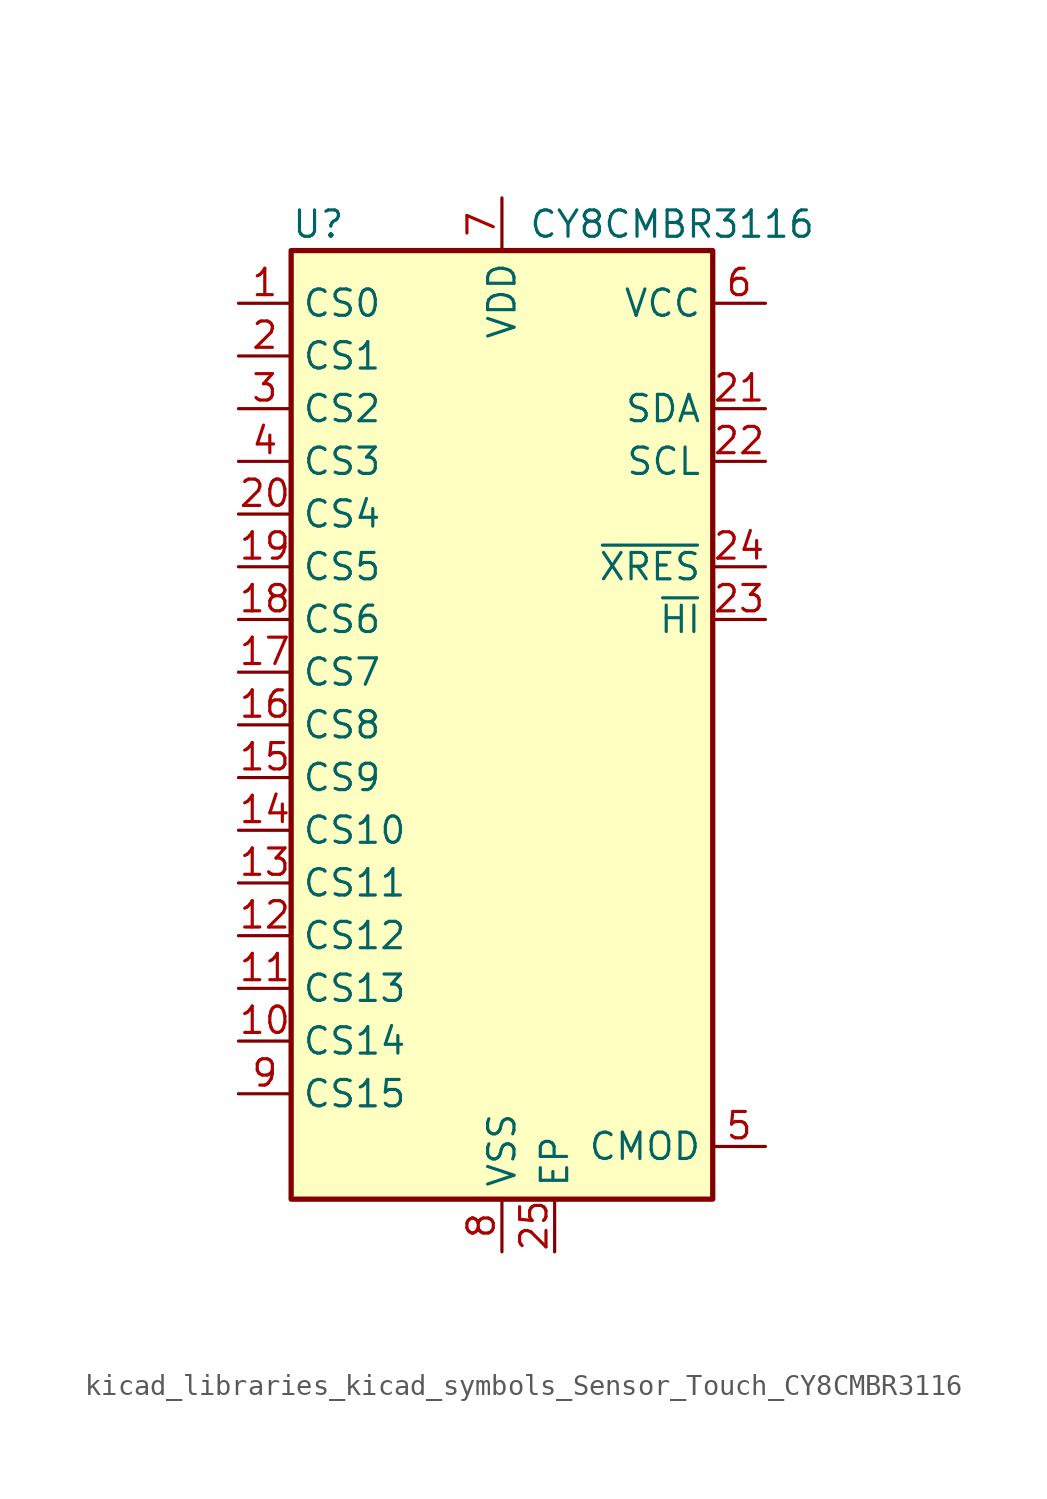
<source format=kicad_sym>
(kicad_symbol_lib
  (version 20220914)
  (generator kicad_symbol_editor)
  (symbol "kicad_libraries_kicad_symbols_Sensor_Touch_CY8CMBR3116"
    (property "Reference" "U"
      (at -10.16 24.13 0)
      (effects (font (size 1.27 1.27)) (justify left)))
    (property "Value" "CY8CMBR3116"
      (at 1.27 24.13 0)
      (effects (font (size 1.27 1.27)) (justify left)))
    (symbol "kicad_libraries_kicad_symbols_Sensor_Touch_CY8CMBR3116_0_1"
      (rectangle (start -10.16 22.86) (end 10.16 -22.86) (stroke (width 0.254) (type default)) (fill (type background))))
    (symbol "kicad_libraries_kicad_symbols_Sensor_Touch_CY8CMBR3116_1_1"
      (pin passive line (at -12.7 20.32 0) (length 2.54) (name "CS0" (effects (font (size 1.27 1.27)))) (number "1" (effects (font (size 1.27 1.27)))))
      (pin passive line (at -12.7 -15.24 0) (length 2.54) (name "CS14" (effects (font (size 1.27 1.27)))) (number "10" (effects (font (size 1.27 1.27)))))
      (pin passive line (at -12.7 -12.7 0) (length 2.54) (name "CS13" (effects (font (size 1.27 1.27)))) (number "11" (effects (font (size 1.27 1.27)))))
      (pin passive line (at -12.7 -10.16 0) (length 2.54) (name "CS12" (effects (font (size 1.27 1.27)))) (number "12" (effects (font (size 1.27 1.27)))))
      (pin passive line (at -12.7 -7.62 0) (length 2.54) (name "CS11" (effects (font (size 1.27 1.27)))) (number "13" (effects (font (size 1.27 1.27)))))
      (pin passive line (at -12.7 -5.08 0) (length 2.54) (name "CS10" (effects (font (size 1.27 1.27)))) (number "14" (effects (font (size 1.27 1.27)))))
      (pin passive line (at -12.7 -2.54 0) (length 2.54) (name "CS9" (effects (font (size 1.27 1.27)))) (number "15" (effects (font (size 1.27 1.27)))))
      (pin passive line (at -12.7 0 0) (length 2.54) (name "CS8" (effects (font (size 1.27 1.27)))) (number "16" (effects (font (size 1.27 1.27)))))
      (pin passive line (at -12.7 2.54 0) (length 2.54) (name "CS7" (effects (font (size 1.27 1.27)))) (number "17" (effects (font (size 1.27 1.27)))))
      (pin passive line (at -12.7 5.08 0) (length 2.54) (name "CS6" (effects (font (size 1.27 1.27)))) (number "18" (effects (font (size 1.27 1.27)))))
      (pin passive line (at -12.7 7.62 0) (length 2.54) (name "CS5" (effects (font (size 1.27 1.27)))) (number "19" (effects (font (size 1.27 1.27)))))
      (pin passive line (at -12.7 17.78 0) (length 2.54) (name "CS1" (effects (font (size 1.27 1.27)))) (number "2" (effects (font (size 1.27 1.27)))))
      (pin passive line (at -12.7 10.16 0) (length 2.54) (name "CS4" (effects (font (size 1.27 1.27)))) (number "20" (effects (font (size 1.27 1.27)))))
      (pin bidirectional line (at 12.7 15.24 180) (length 2.54) (name "SDA" (effects (font (size 1.27 1.27)))) (number "21" (effects (font (size 1.27 1.27)))))
      (pin input line (at 12.7 12.7 180) (length 2.54) (name "SCL" (effects (font (size 1.27 1.27)))) (number "22" (effects (font (size 1.27 1.27)))))
      (pin bidirectional line (at 12.7 5.08 180) (length 2.54) (name "~{HI}" (effects (font (size 1.27 1.27)))) (number "23" (effects (font (size 1.27 1.27)))))
      (pin input line (at 12.7 7.62 180) (length 2.54) (name "~{XRES}" (effects (font (size 1.27 1.27)))) (number "24" (effects (font (size 1.27 1.27)))))
      (pin passive line (at 2.54 -25.4 90) (length 2.54) (name "EP" (effects (font (size 1.27 1.27)))) (number "25" (effects (font (size 1.27 1.27)))))
      (pin passive line (at -12.7 15.24 0) (length 2.54) (name "CS2" (effects (font (size 1.27 1.27)))) (number "3" (effects (font (size 1.27 1.27)))))
      (pin passive line (at -12.7 12.7 0) (length 2.54) (name "CS3" (effects (font (size 1.27 1.27)))) (number "4" (effects (font (size 1.27 1.27)))))
      (pin passive line (at 12.7 -20.32 180) (length 2.54) (name "CMOD" (effects (font (size 1.27 1.27)))) (number "5" (effects (font (size 1.27 1.27)))))
      (pin passive line (at 12.7 20.32 180) (length 2.54) (name "VCC" (effects (font (size 1.27 1.27)))) (number "6" (effects (font (size 1.27 1.27)))))
      (pin power_in line (at 0 25.4 270) (length 2.54) (name "VDD" (effects (font (size 1.27 1.27)))) (number "7" (effects (font (size 1.27 1.27)))))
      (pin power_in line (at 0 -25.4 90) (length 2.54) (name "VSS" (effects (font (size 1.27 1.27)))) (number "8" (effects (font (size 1.27 1.27)))))
      (pin passive line (at -12.7 -17.78 0) (length 2.54) (name "CS15" (effects (font (size 1.27 1.27)))) (number "9" (effects (font (size 1.27 1.27))))))))
</source>
